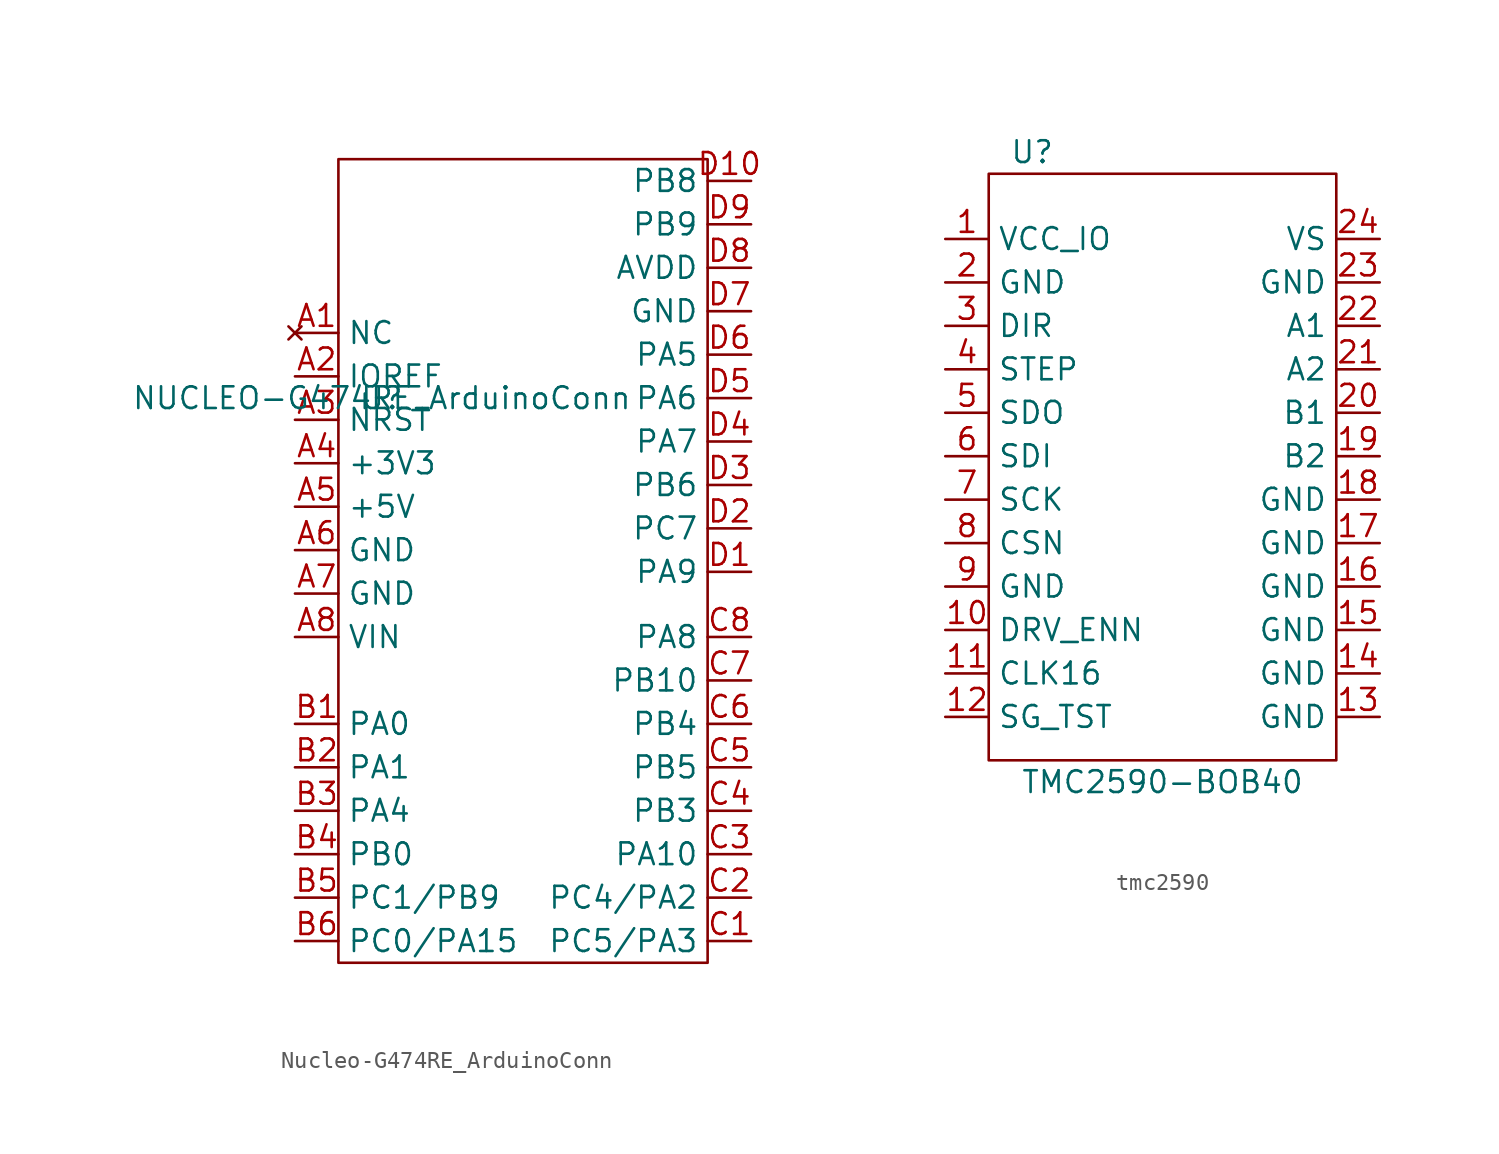
<source format=kicad_sym>
(kicad_symbol_lib
  (version 20220914)
  (generator kicad_symbol_editor)
  (symbol "Nucleo-G474RE_ArduinoConn"
    (property "Reference" "U"
      (at -8.89 0 0)
      (effects (font (size 1.27 1.27))))
    (property "Value" "NUCLEO-G474RE_ArduinoConn"
      (at -8.89 0 0)
      (effects (font (size 1.27 1.27))))
    (symbol "Nucleo-G474RE_ArduinoConn_0_1"
      (rectangle (start -11.43 13.97) (end 10.16 -33.02) (stroke (width 0) (type default)) (fill (type none))))
    (symbol "Nucleo-G474RE_ArduinoConn_1_1"
      (pin no_connect line (at -13.97 3.81 0) (length 2.54) (name "NC" (effects (font (size 1.27 1.27)))) (number "A1" (effects (font (size 1.27 1.27)))))
      (pin input line (at -13.97 1.27 0) (length 2.54) (name "IOREF" (effects (font (size 1.27 1.27)))) (number "A2" (effects (font (size 1.27 1.27)))))
      (pin input line (at -13.97 -1.27 0) (length 2.54) (name "NRST" (effects (font (size 1.27 1.27)))) (number "A3" (effects (font (size 1.27 1.27)))))
      (pin power_out line (at -13.97 -3.81 0) (length 2.54) (name "+3V3" (effects (font (size 1.27 1.27)))) (number "A4" (effects (font (size 1.27 1.27)))))
      (pin power_out line (at -13.97 -6.35 0) (length 2.54) (name "+5V" (effects (font (size 1.27 1.27)))) (number "A5" (effects (font (size 1.27 1.27)))))
      (pin power_in line (at -13.97 -8.89 0) (length 2.54) (name "GND" (effects (font (size 1.27 1.27)))) (number "A6" (effects (font (size 1.27 1.27)))))
      (pin power_in line (at -13.97 -11.43 0) (length 2.54) (name "GND" (effects (font (size 1.27 1.27)))) (number "A7" (effects (font (size 1.27 1.27)))))
      (pin power_in line (at -13.97 -13.97 0) (length 2.54) (name "VIN" (effects (font (size 1.27 1.27)))) (number "A8" (effects (font (size 1.27 1.27)))))
      (pin bidirectional line (at -13.97 -19.05 0) (length 2.54) (name "PA0" (effects (font (size 1.27 1.27)))) (number "B1" (effects (font (size 1.27 1.27)))))
      (pin bidirectional line (at -13.97 -21.59 0) (length 2.54) (name "PA1" (effects (font (size 1.27 1.27)))) (number "B2" (effects (font (size 1.27 1.27)))))
      (pin bidirectional line (at -13.97 -24.13 0) (length 2.54) (name "PA4" (effects (font (size 1.27 1.27)))) (number "B3" (effects (font (size 1.27 1.27)))))
      (pin bidirectional line (at -13.97 -26.67 0) (length 2.54) (name "PB0" (effects (font (size 1.27 1.27)))) (number "B4" (effects (font (size 1.27 1.27)))))
      (pin bidirectional line (at -13.97 -29.21 0) (length 2.54) (name "PC1/PB9" (effects (font (size 1.27 1.27)))) (number "B5" (effects (font (size 1.27 1.27)))))
      (pin bidirectional line (at -13.97 -31.75 0) (length 2.54) (name "PC0/PA15" (effects (font (size 1.27 1.27)))) (number "B6" (effects (font (size 1.27 1.27)))))
      (pin bidirectional line (at 12.7 -31.75 180) (length 2.54) (name "PC5/PA3" (effects (font (size 1.27 1.27)))) (number "C1" (effects (font (size 1.27 1.27)))))
      (pin bidirectional line (at 12.7 -29.21 180) (length 2.54) (name "PC4/PA2" (effects (font (size 1.27 1.27)))) (number "C2" (effects (font (size 1.27 1.27)))))
      (pin bidirectional line (at 12.7 -26.67 180) (length 2.54) (name "PA10" (effects (font (size 1.27 1.27)))) (number "C3" (effects (font (size 1.27 1.27)))))
      (pin bidirectional line (at 12.7 -24.13 180) (length 2.54) (name "PB3" (effects (font (size 1.27 1.27)))) (number "C4" (effects (font (size 1.27 1.27)))))
      (pin bidirectional line (at 12.7 -21.59 180) (length 2.54) (name "PB5" (effects (font (size 1.27 1.27)))) (number "C5" (effects (font (size 1.27 1.27)))))
      (pin bidirectional line (at 12.7 -19.05 180) (length 2.54) (name "PB4" (effects (font (size 1.27 1.27)))) (number "C6" (effects (font (size 1.27 1.27)))))
      (pin bidirectional line (at 12.7 -16.51 180) (length 2.54) (name "PB10" (effects (font (size 1.27 1.27)))) (number "C7" (effects (font (size 1.27 1.27)))))
      (pin bidirectional line (at 12.7 -13.97 180) (length 2.54) (name "PA8" (effects (font (size 1.27 1.27)))) (number "C8" (effects (font (size 1.27 1.27)))))
      (pin bidirectional line (at 12.7 -10.16 180) (length 2.54) (name "PA9" (effects (font (size 1.27 1.27)))) (number "D1" (effects (font (size 1.27 1.27)))))
      (pin bidirectional line (at 12.7 12.7 180) (length 2.54) (name "PB8" (effects (font (size 1.27 1.27)))) (number "D10" (effects (font (size 1.27 1.27)))))
      (pin bidirectional line (at 12.7 -7.62 180) (length 2.54) (name "PC7" (effects (font (size 1.27 1.27)))) (number "D2" (effects (font (size 1.27 1.27)))))
      (pin bidirectional line (at 12.7 -5.08 180) (length 2.54) (name "PB6" (effects (font (size 1.27 1.27)))) (number "D3" (effects (font (size 1.27 1.27)))))
      (pin bidirectional line (at 12.7 -2.54 180) (length 2.54) (name "PA7" (effects (font (size 1.27 1.27)))) (number "D4" (effects (font (size 1.27 1.27)))))
      (pin bidirectional line (at 12.7 0 180) (length 2.54) (name "PA6" (effects (font (size 1.27 1.27)))) (number "D5" (effects (font (size 1.27 1.27)))))
      (pin bidirectional line (at 12.7 2.54 180) (length 2.54) (name "PA5" (effects (font (size 1.27 1.27)))) (number "D6" (effects (font (size 1.27 1.27)))))
      (pin power_in line (at 12.7 5.08 180) (length 2.54) (name "GND" (effects (font (size 1.27 1.27)))) (number "D7" (effects (font (size 1.27 1.27)))))
      (pin power_out line (at 12.7 7.62 180) (length 2.54) (name "AVDD" (effects (font (size 1.27 1.27)))) (number "D8" (effects (font (size 1.27 1.27)))))
      (pin bidirectional line (at 12.7 10.16 180) (length 2.54) (name "PB9" (effects (font (size 1.27 1.27)))) (number "D9" (effects (font (size 1.27 1.27)))))))
  (symbol "tmc2590"
    (property "Reference" "U"
      (at -7.62 19.05 0)
      (effects (font (size 1.27 1.27))))
    (property "Value" "TMC2590-BOB40"
      (at 0 -17.78 0)
      (effects (font (size 1.27 1.27))))
    (symbol "tmc2590_0_1"
      (rectangle (start -10.16 17.78) (end 10.16 -16.51) (stroke (width 0) (type default)) (fill (type none))))
    (symbol "tmc2590_1_1"
      (pin input line (at -12.7 13.97 0) (length 2.54) (name "VCC_IO" (effects (font (size 1.27 1.27)))) (number "1" (effects (font (size 1.27 1.27)))))
      (pin input line (at -12.7 -8.89 0) (length 2.54) (name "DRV_ENN" (effects (font (size 1.27 1.27)))) (number "10" (effects (font (size 1.27 1.27)))))
      (pin input line (at -12.7 -11.43 0) (length 2.54) (name "CLK16" (effects (font (size 1.27 1.27)))) (number "11" (effects (font (size 1.27 1.27)))))
      (pin input line (at -12.7 -13.97 0) (length 2.54) (name "SG_TST" (effects (font (size 1.27 1.27)))) (number "12" (effects (font (size 1.27 1.27)))))
      (pin input line (at 12.7 -13.97 180) (length 2.54) (name "GND" (effects (font (size 1.27 1.27)))) (number "13" (effects (font (size 1.27 1.27)))))
      (pin input line (at 12.7 -11.43 180) (length 2.54) (name "GND" (effects (font (size 1.27 1.27)))) (number "14" (effects (font (size 1.27 1.27)))))
      (pin input line (at 12.7 -8.89 180) (length 2.54) (name "GND" (effects (font (size 1.27 1.27)))) (number "15" (effects (font (size 1.27 1.27)))))
      (pin input line (at 12.7 -6.35 180) (length 2.54) (name "GND" (effects (font (size 1.27 1.27)))) (number "16" (effects (font (size 1.27 1.27)))))
      (pin input line (at 12.7 -3.81 180) (length 2.54) (name "GND" (effects (font (size 1.27 1.27)))) (number "17" (effects (font (size 1.27 1.27)))))
      (pin input line (at 12.7 -1.27 180) (length 2.54) (name "GND" (effects (font (size 1.27 1.27)))) (number "18" (effects (font (size 1.27 1.27)))))
      (pin input line (at 12.7 1.27 180) (length 2.54) (name "B2" (effects (font (size 1.27 1.27)))) (number "19" (effects (font (size 1.27 1.27)))))
      (pin input line (at -12.7 11.43 0) (length 2.54) (name "GND" (effects (font (size 1.27 1.27)))) (number "2" (effects (font (size 1.27 1.27)))))
      (pin input line (at 12.7 3.81 180) (length 2.54) (name "B1" (effects (font (size 1.27 1.27)))) (number "20" (effects (font (size 1.27 1.27)))))
      (pin input line (at 12.7 6.35 180) (length 2.54) (name "A2" (effects (font (size 1.27 1.27)))) (number "21" (effects (font (size 1.27 1.27)))))
      (pin input line (at 12.7 8.89 180) (length 2.54) (name "A1" (effects (font (size 1.27 1.27)))) (number "22" (effects (font (size 1.27 1.27)))))
      (pin input line (at 12.7 11.43 180) (length 2.54) (name "GND" (effects (font (size 1.27 1.27)))) (number "23" (effects (font (size 1.27 1.27)))))
      (pin input line (at 12.7 13.97 180) (length 2.54) (name "VS" (effects (font (size 1.27 1.27)))) (number "24" (effects (font (size 1.27 1.27)))))
      (pin input line (at -12.7 8.89 0) (length 2.54) (name "DIR" (effects (font (size 1.27 1.27)))) (number "3" (effects (font (size 1.27 1.27)))))
      (pin input line (at -12.7 6.35 0) (length 2.54) (name "STEP" (effects (font (size 1.27 1.27)))) (number "4" (effects (font (size 1.27 1.27)))))
      (pin input line (at -12.7 3.81 0) (length 2.54) (name "SDO" (effects (font (size 1.27 1.27)))) (number "5" (effects (font (size 1.27 1.27)))))
      (pin input line (at -12.7 1.27 0) (length 2.54) (name "SDI" (effects (font (size 1.27 1.27)))) (number "6" (effects (font (size 1.27 1.27)))))
      (pin input line (at -12.7 -1.27 0) (length 2.54) (name "SCK" (effects (font (size 1.27 1.27)))) (number "7" (effects (font (size 1.27 1.27)))))
      (pin input line (at -12.7 -3.81 0) (length 2.54) (name "CSN" (effects (font (size 1.27 1.27)))) (number "8" (effects (font (size 1.27 1.27)))))
      (pin input line (at -12.7 -6.35 0) (length 2.54) (name "GND" (effects (font (size 1.27 1.27)))) (number "9" (effects (font (size 1.27 1.27))))))))
</source>
